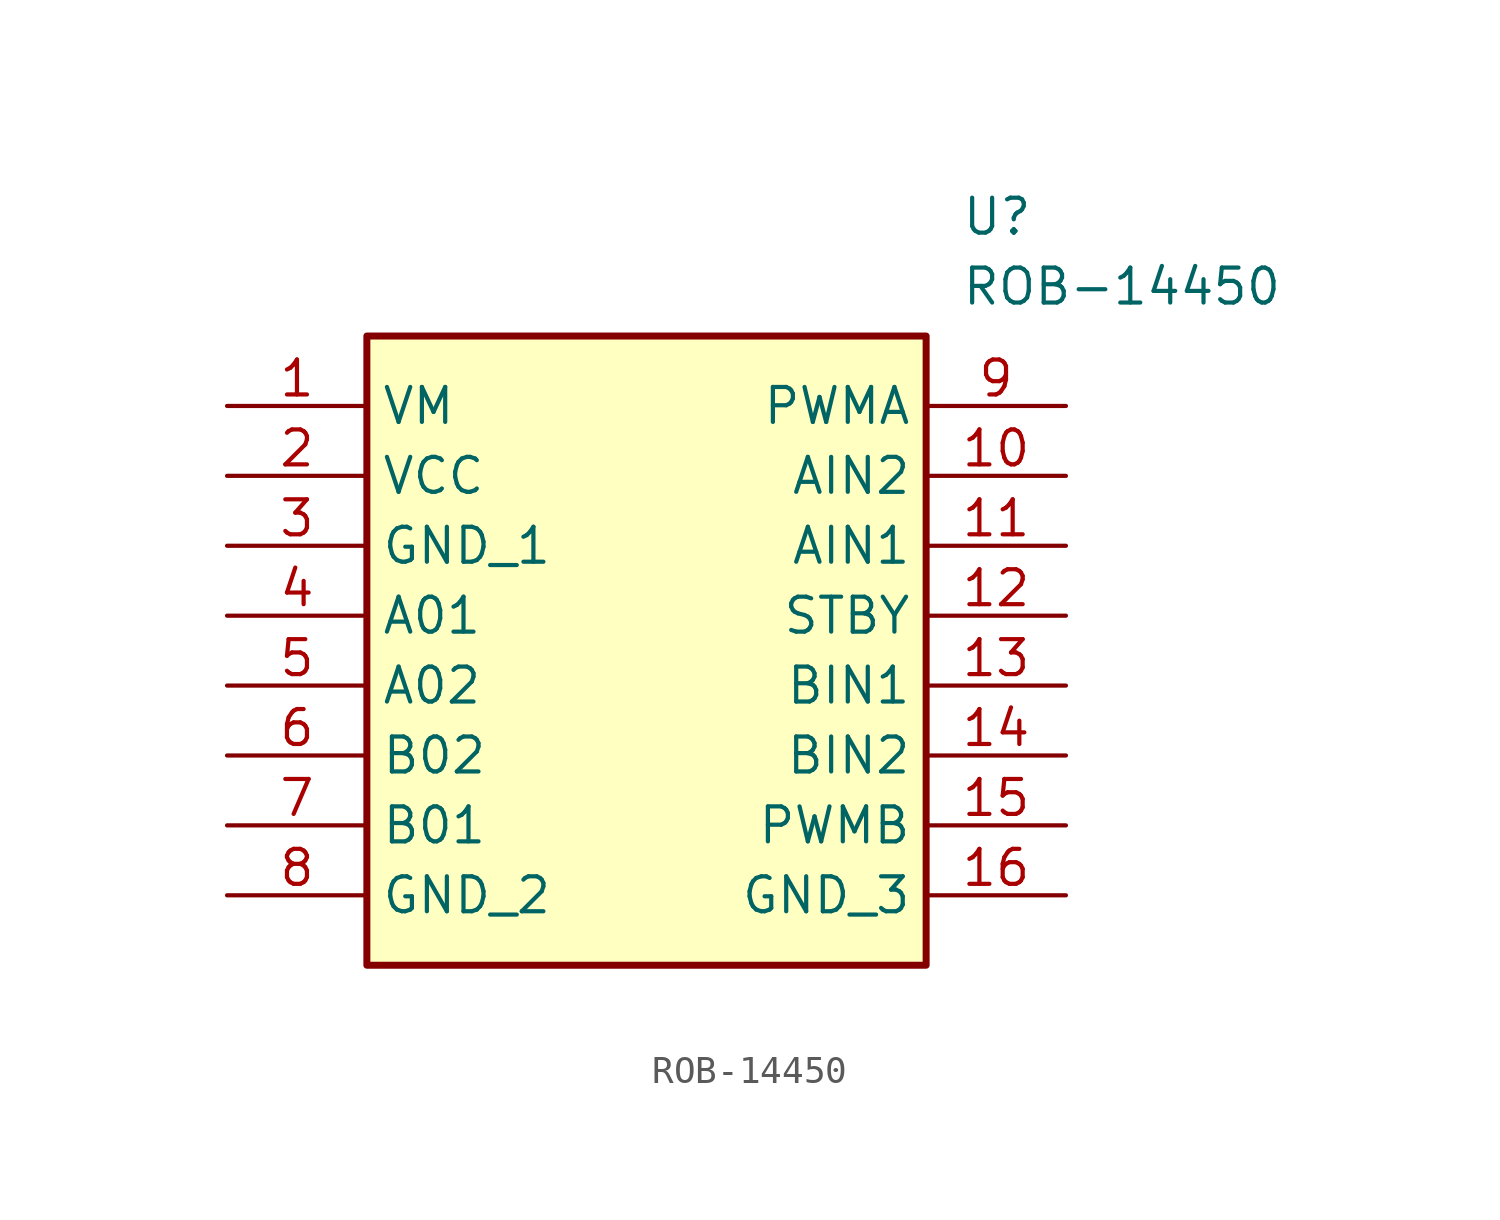
<source format=kicad_sym>
(kicad_symbol_lib
  (version 20211014)
  (generator SamacSys_ECAD_Model)
  (symbol "ROB-14450"
    (property "Reference" "U"
      (at 26.67 7.62 0)
      (effects (font (size 1.27 1.27)) (justify left top)))
    (property "Value" "ROB-14450"
      (at 26.67 5.08 0)
      (effects (font (size 1.27 1.27)) (justify left top)))
    (rectangle
      (start 5.08 2.54)
      (end 25.4 -20.32)
      (stroke (width 0.254) (type default))
      (fill (type background)))
    (pin passive line
      (at 0 0 0)
      (length 5.08)
      (name "VM" (effects (font (size 1.27 1.27))))
      (number "1" (effects (font (size 1.27 1.27)))))
    (pin passive line
      (at 0 -2.54 0)
      (length 5.08)
      (name "VCC" (effects (font (size 1.27 1.27))))
      (number "2" (effects (font (size 1.27 1.27)))))
    (pin passive line
      (at 0 -5.08 0)
      (length 5.08)
      (name "GND_1" (effects (font (size 1.27 1.27))))
      (number "3" (effects (font (size 1.27 1.27)))))
    (pin passive line
      (at 0 -7.62 0)
      (length 5.08)
      (name "A01" (effects (font (size 1.27 1.27))))
      (number "4" (effects (font (size 1.27 1.27)))))
    (pin passive line
      (at 0 -10.16 0)
      (length 5.08)
      (name "A02" (effects (font (size 1.27 1.27))))
      (number "5" (effects (font (size 1.27 1.27)))))
    (pin passive line
      (at 0 -12.7 0)
      (length 5.08)
      (name "B02" (effects (font (size 1.27 1.27))))
      (number "6" (effects (font (size 1.27 1.27)))))
    (pin passive line
      (at 0 -15.24 0)
      (length 5.08)
      (name "B01" (effects (font (size 1.27 1.27))))
      (number "7" (effects (font (size 1.27 1.27)))))
    (pin passive line
      (at 0 -17.78 0)
      (length 5.08)
      (name "GND_2" (effects (font (size 1.27 1.27))))
      (number "8" (effects (font (size 1.27 1.27)))))
    (pin passive line
      (at 30.48 0 180)
      (length 5.08)
      (name "PWMA" (effects (font (size 1.27 1.27))))
      (number "9" (effects (font (size 1.27 1.27)))))
    (pin passive line
      (at 30.48 -2.54 180)
      (length 5.08)
      (name "AIN2" (effects (font (size 1.27 1.27))))
      (number "10" (effects (font (size 1.27 1.27)))))
    (pin passive line
      (at 30.48 -5.08 180)
      (length 5.08)
      (name "AIN1" (effects (font (size 1.27 1.27))))
      (number "11" (effects (font (size 1.27 1.27)))))
    (pin passive line
      (at 30.48 -7.62 180)
      (length 5.08)
      (name "STBY" (effects (font (size 1.27 1.27))))
      (number "12" (effects (font (size 1.27 1.27)))))
    (pin passive line
      (at 30.48 -10.16 180)
      (length 5.08)
      (name "BIN1" (effects (font (size 1.27 1.27))))
      (number "13" (effects (font (size 1.27 1.27)))))
    (pin passive line
      (at 30.48 -12.7 180)
      (length 5.08)
      (name "BIN2" (effects (font (size 1.27 1.27))))
      (number "14" (effects (font (size 1.27 1.27)))))
    (pin passive line
      (at 30.48 -15.24 180)
      (length 5.08)
      (name "PWMB" (effects (font (size 1.27 1.27))))
      (number "15" (effects (font (size 1.27 1.27)))))
    (pin passive line
      (at 30.48 -17.78 180)
      (length 5.08)
      (name "GND_3" (effects (font (size 1.27 1.27))))
      (number "16" (effects (font (size 1.27 1.27)))))))
</source>
